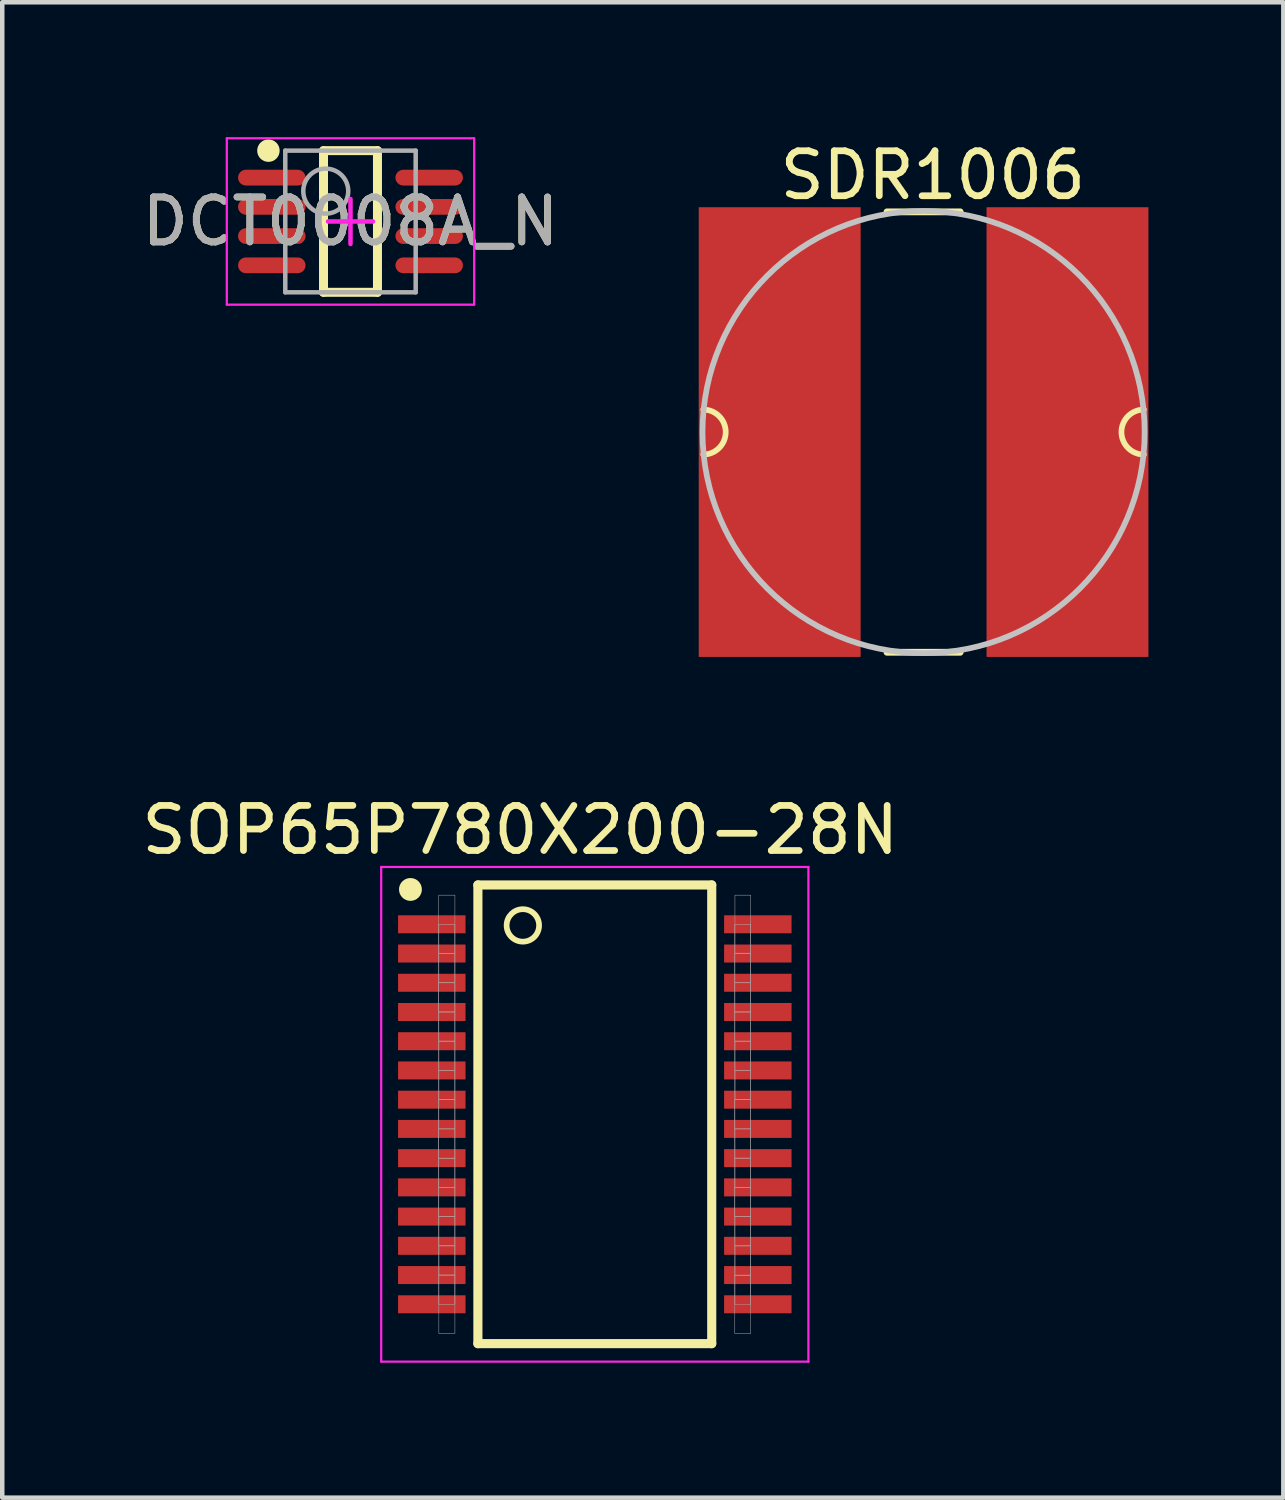
<source format=kicad_pcb>
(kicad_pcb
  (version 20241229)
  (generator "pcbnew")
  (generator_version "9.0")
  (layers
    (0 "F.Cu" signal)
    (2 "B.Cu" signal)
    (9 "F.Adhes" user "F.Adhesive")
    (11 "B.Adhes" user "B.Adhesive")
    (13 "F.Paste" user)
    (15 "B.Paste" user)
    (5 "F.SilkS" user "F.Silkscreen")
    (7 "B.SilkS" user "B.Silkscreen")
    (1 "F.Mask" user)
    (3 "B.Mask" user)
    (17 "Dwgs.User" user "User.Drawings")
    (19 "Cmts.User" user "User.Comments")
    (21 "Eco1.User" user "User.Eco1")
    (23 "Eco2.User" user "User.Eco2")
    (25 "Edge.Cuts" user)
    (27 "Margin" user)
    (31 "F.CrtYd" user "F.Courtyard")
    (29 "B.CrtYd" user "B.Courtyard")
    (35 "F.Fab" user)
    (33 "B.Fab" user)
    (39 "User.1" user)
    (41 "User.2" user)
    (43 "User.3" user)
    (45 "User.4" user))
  (footprint "SDR1006"
    (layer "F.Cu")
    (at 17.488 6.558)
    (property "Reference" "SDR1006" (at 0.205 -5.71 0) (layer "F.SilkS") (effects (font (size 1 1) (thickness 0.15))))
    (attr smd)
    (fp_line (start -0.813 4.897) (end 0.813 4.897) (stroke (width 0.152) (type solid)) (layer "F.SilkS"))
    (fp_line (start 0.813 -4.897) (end -0.813 -4.897) (stroke (width 0.152) (type solid)) (layer "F.SilkS"))
    (fp_arc (start -4.9 -0.5) (mid -4.4 0) (end -4.9 0.5) (stroke (width 0.127) (type solid)) (layer "F.SilkS"))
    (fp_arc (start 4.9 0.5) (mid 4.4 0) (end 4.9 -0.5) (stroke (width 0.127) (type solid)) (layer "F.SilkS"))
    (fp_circle (center 0 0) (end 4.916 0) (stroke (width 0.127) (type solid)) (fill no) (layer "Dwgs.User"))
    (pad "1" smd rect (at -3.2 0) (size 3.6 10) (layers "F.Cu" "F.Mask" "F.Paste"))
    (pad "2" smd rect (at 3.2 0) (size 3.6 10) (layers "F.Cu" "F.Mask" "F.Paste")))
  (footprint "SOP65P780X200-28N"
    (layer "F.Cu")
    (at 10.177 21.729)
    (property "Reference" "SOP65P780X200-28N" (at -1.658 -6.322 0) (layer "F.SilkS") (effects (font (size 1.002 1.002) (thickness 0.15))))
    (attr smd)
    (fp_line (start -2.6 -5.1) (end -2.6 5.1) (stroke (width 0.203) (type solid)) (layer "F.SilkS"))
    (fp_line (start -2.6 5.1) (end 2.6 5.1) (stroke (width 0.203) (type solid)) (layer "F.SilkS"))
    (fp_line (start 2.6 -5.1) (end -2.6 -5.1) (stroke (width 0.203) (type solid)) (layer "F.SilkS"))
    (fp_line (start 2.6 5.1) (end 2.6 -5.1) (stroke (width 0.203) (type solid)) (layer "F.SilkS"))
    (fp_circle (center -4.1 -5) (end -3.846 -5) (stroke (width 0) (type solid)) (fill yes) (layer "F.SilkS"))
    (fp_circle (center -1.6 -4.2) (end -1.239 -4.2) (stroke (width 0.127) (type solid)) (fill no) (layer "F.SilkS"))
    (fp_line (start -4.75 -5.5) (end 4.75 -5.5) (stroke (width 0.05) (type solid)) (layer "F.CrtYd"))
    (fp_line (start -4.75 5.5) (end -4.75 -5.5) (stroke (width 0.05) (type solid)) (layer "F.CrtYd"))
    (fp_line (start 4.75 -5.5) (end 4.75 5.5) (stroke (width 0.05) (type solid)) (layer "F.CrtYd"))
    (fp_line (start 4.75 5.5) (end -4.75 5.5) (stroke (width 0.05) (type solid)) (layer "F.CrtYd"))
    (fp_poly (pts (xy -3.471 -4.873) (xy -3.111 -4.873) (xy -3.111 -3.581) (xy -3.471 -3.581)) (stroke (width 0.01) (type solid)) (fill no) (layer "F.Fab"))
    (fp_poly (pts (xy -3.47 -2.923) (xy -3.111 -2.923) (xy -3.111 -1.629) (xy -3.47 -1.629)) (stroke (width 0.01) (type solid)) (fill no) (layer "F.Fab"))
    (fp_poly (pts (xy -3.47 -0.323) (xy -3.111 -0.323) (xy -3.111 0.974) (xy -3.47 0.974)) (stroke (width 0.01) (type solid)) (fill no) (layer "F.Fab"))
    (fp_poly (pts (xy -3.47 0.327) (xy -3.111 0.327) (xy -3.111 1.624) (xy -3.47 1.624)) (stroke (width 0.01) (type solid)) (fill no) (layer "F.Fab"))
    (fp_poly (pts (xy -3.47 -3.573) (xy -3.111 -3.573) (xy -3.111 -2.279) (xy -3.47 -2.279)) (stroke (width 0.01) (type solid)) (fill no) (layer "F.Fab"))
    (fp_poly (pts (xy -3.47 1.627) (xy -3.111 1.627) (xy -3.111 2.925) (xy -3.47 2.925)) (stroke (width 0.01) (type solid)) (fill no) (layer "F.Fab"))
    (fp_poly (pts (xy -3.469 0.977) (xy -3.111 0.977) (xy -3.111 2.274) (xy -3.469 2.274)) (stroke (width 0.01) (type solid)) (fill no) (layer "F.Fab"))
    (fp_poly (pts (xy -3.469 -1.623) (xy -3.111 -1.623) (xy -3.111 -0.328) (xy -3.469 -0.328)) (stroke (width 0.01) (type solid)) (fill no) (layer "F.Fab"))
    (fp_poly (pts (xy -3.468 3.577) (xy -3.111 3.577) (xy -3.111 4.875) (xy -3.468 4.875)) (stroke (width 0.01) (type solid)) (fill no) (layer "F.Fab"))
    (fp_poly (pts (xy -3.468 2.927) (xy -3.111 2.927) (xy -3.111 4.224) (xy -3.468 4.224)) (stroke (width 0.01) (type solid)) (fill no) (layer "F.Fab"))
    (fp_poly (pts (xy -3.468 -4.223) (xy -3.111 -4.223) (xy -3.111 -2.928) (xy -3.468 -2.928)) (stroke (width 0.01) (type solid)) (fill no) (layer "F.Fab"))
    (fp_poly (pts (xy -3.468 -2.273) (xy -3.111 -2.273) (xy -3.111 -0.978) (xy -3.468 -0.978)) (stroke (width 0.01) (type solid)) (fill no) (layer "F.Fab"))
    (fp_poly (pts (xy -3.468 -0.973) (xy -3.111 -0.973) (xy -3.111 0.323) (xy -3.468 0.323)) (stroke (width 0.01) (type solid)) (fill no) (layer "F.Fab"))
    (fp_poly (pts (xy -3.467 2.277) (xy -3.111 2.277) (xy -3.111 3.573) (xy -3.467 3.573)) (stroke (width 0.01) (type solid)) (fill no) (layer "F.Fab"))
    (fp_poly (pts (xy 3.112 -0.323) (xy 3.467 -0.323) (xy 3.467 0.973) (xy 3.112 0.973)) (stroke (width 0.01) (type solid)) (fill no) (layer "F.Fab"))
    (fp_poly (pts (xy 3.113 3.577) (xy 3.467 3.577) (xy 3.467 4.874) (xy 3.113 4.874)) (stroke (width 0.01) (type solid)) (fill no) (layer "F.Fab"))
    (fp_poly (pts (xy 3.113 0.977) (xy 3.467 0.977) (xy 3.467 2.274) (xy 3.113 2.274)) (stroke (width 0.01) (type solid)) (fill no) (layer "F.Fab"))
    (fp_poly (pts (xy 3.114 -3.573) (xy 3.467 -3.573) (xy 3.467 -2.279) (xy 3.114 -2.279)) (stroke (width 0.01) (type solid)) (fill no) (layer "F.Fab"))
    (fp_poly (pts (xy 3.114 -2.923) (xy 3.467 -2.923) (xy 3.467 -1.629) (xy 3.114 -1.629)) (stroke (width 0.01) (type solid)) (fill no) (layer "F.Fab"))
    (fp_poly (pts (xy 3.114 -2.273) (xy 3.467 -2.273) (xy 3.467 -0.978) (xy 3.114 -0.978)) (stroke (width 0.01) (type solid)) (fill no) (layer "F.Fab"))
    (fp_poly (pts (xy 3.114 -4.223) (xy 3.467 -4.223) (xy 3.467 -2.93) (xy 3.114 -2.93)) (stroke (width 0.01) (type solid)) (fill no) (layer "F.Fab"))
    (fp_poly (pts (xy 3.114 1.627) (xy 3.467 1.627) (xy 3.467 2.926) (xy 3.114 2.926)) (stroke (width 0.01) (type solid)) (fill no) (layer "F.Fab"))
    (fp_poly (pts (xy 3.115 -0.973) (xy 3.467 -0.973) (xy 3.467 0.323) (xy 3.115 0.323)) (stroke (width 0.01) (type solid)) (fill no) (layer "F.Fab"))
    (fp_poly (pts (xy 3.116 2.277) (xy 3.467 2.277) (xy 3.467 3.577) (xy 3.116 3.577)) (stroke (width 0.01) (type solid)) (fill no) (layer "F.Fab"))
    (fp_poly (pts (xy 3.116 2.927) (xy 3.467 2.927) (xy 3.467 4.229) (xy 3.116 4.229)) (stroke (width 0.01) (type solid)) (fill no) (layer "F.Fab"))
    (fp_poly (pts (xy 3.116 -4.873) (xy 3.467 -4.873) (xy 3.467 -3.583) (xy 3.116 -3.583)) (stroke (width 0.01) (type solid)) (fill no) (layer "F.Fab"))
    (fp_poly (pts (xy 3.117 -1.623) (xy 3.467 -1.623) (xy 3.467 -0.328) (xy 3.117 -0.328)) (stroke (width 0.01) (type solid)) (fill no) (layer "F.Fab"))
    (fp_poly (pts (xy 3.117 0.327) (xy 3.467 0.327) (xy 3.467 1.626) (xy 3.117 1.626)) (stroke (width 0.01) (type solid)) (fill no) (layer "F.Fab"))
    (pad "1" smd rect (at -3.625 -4.225) (size 1.5 0.4) (layers "F.Cu" "F.Mask" "F.Paste"))
    (pad "2" smd rect (at -3.625 -3.575) (size 1.5 0.4) (layers "F.Cu" "F.Mask" "F.Paste"))
    (pad "3" smd rect (at -3.625 -2.925) (size 1.5 0.4) (layers "F.Cu" "F.Mask" "F.Paste"))
    (pad "4" smd rect (at -3.625 -2.275) (size 1.5 0.4) (layers "F.Cu" "F.Mask" "F.Paste"))
    (pad "5" smd rect (at -3.625 -1.625) (size 1.5 0.4) (layers "F.Cu" "F.Mask" "F.Paste"))
    (pad "6" smd rect (at -3.625 -0.975) (size 1.5 0.4) (layers "F.Cu" "F.Mask" "F.Paste"))
    (pad "7" smd rect (at -3.625 -0.325) (size 1.5 0.4) (layers "F.Cu" "F.Mask" "F.Paste"))
    (pad "8" smd rect (at -3.625 0.325) (size 1.5 0.4) (layers "F.Cu" "F.Mask" "F.Paste"))
    (pad "9" smd rect (at -3.625 0.975) (size 1.5 0.4) (layers "F.Cu" "F.Mask" "F.Paste"))
    (pad "10" smd rect (at -3.625 1.625) (size 1.5 0.4) (layers "F.Cu" "F.Mask" "F.Paste"))
    (pad "11" smd rect (at -3.625 2.275) (size 1.5 0.4) (layers "F.Cu" "F.Mask" "F.Paste"))
    (pad "12" smd rect (at -3.625 2.925) (size 1.5 0.4) (layers "F.Cu" "F.Mask" "F.Paste"))
    (pad "13" smd rect (at -3.625 3.575) (size 1.5 0.4) (layers "F.Cu" "F.Mask" "F.Paste"))
    (pad "14" smd rect (at -3.625 4.225) (size 1.5 0.4) (layers "F.Cu" "F.Mask" "F.Paste"))
    (pad "15" smd rect (at 3.625 4.225) (size 1.5 0.4) (layers "F.Cu" "F.Mask" "F.Paste"))
    (pad "16" smd rect (at 3.625 3.575) (size 1.5 0.4) (layers "F.Cu" "F.Mask" "F.Paste"))
    (pad "17" smd rect (at 3.625 2.925) (size 1.5 0.4) (layers "F.Cu" "F.Mask" "F.Paste"))
    (pad "18" smd rect (at 3.625 2.275) (size 1.5 0.4) (layers "F.Cu" "F.Mask" "F.Paste"))
    (pad "19" smd rect (at 3.625 1.625) (size 1.5 0.4) (layers "F.Cu" "F.Mask" "F.Paste"))
    (pad "20" smd rect (at 3.625 0.975) (size 1.5 0.4) (layers "F.Cu" "F.Mask" "F.Paste"))
    (pad "21" smd rect (at 3.625 0.325) (size 1.5 0.4) (layers "F.Cu" "F.Mask" "F.Paste"))
    (pad "22" smd rect (at 3.625 -0.325) (size 1.5 0.4) (layers "F.Cu" "F.Mask" "F.Paste"))
    (pad "23" smd rect (at 3.625 -0.975) (size 1.5 0.4) (layers "F.Cu" "F.Mask" "F.Paste"))
    (pad "24" smd rect (at 3.625 -1.625) (size 1.5 0.4) (layers "F.Cu" "F.Mask" "F.Paste"))
    (pad "25" smd rect (at 3.625 -2.275) (size 1.5 0.4) (layers "F.Cu" "F.Mask" "F.Paste"))
    (pad "26" smd rect (at 3.625 -2.925) (size 1.5 0.4) (layers "F.Cu" "F.Mask" "F.Paste"))
    (pad "27" smd rect (at 3.625 -3.575) (size 1.5 0.4) (layers "F.Cu" "F.Mask" "F.Paste"))
    (pad "28" smd rect (at 3.625 -4.225) (size 1.5 0.4) (layers "F.Cu" "F.Mask" "F.Paste")))
  (footprint "DCT0008A_N"
    (layer "F.Cu")
    (at 4.744 1.875)
    (property "Reference" "DCT0008A_N" (at 0 0 0) (unlocked yes) (layer "F.SilkS") (effects (font (size 1 1) (thickness 0.15))))
    (attr smd)
    (fp_line (start -0.6 -1.575) (end 0.6 -1.575) (stroke (width 0.2) (type solid)) (layer "F.SilkS"))
    (fp_line (start -0.6 1.575) (end -0.6 -1.575) (stroke (width 0.2) (type solid)) (layer "F.SilkS"))
    (fp_line (start -0.6 1.575) (end 0.6 1.575) (stroke (width 0.2) (type solid)) (layer "F.SilkS"))
    (fp_line (start 0.6 1.575) (end 0.6 -1.575) (stroke (width 0.2) (type solid)) (layer "F.SilkS"))
    (fp_circle (center -1.825 -1.575) (end -1.7 -1.575) (stroke (width 0.25) (type solid)) (fill no) (layer "F.SilkS"))
    (fp_line (start -2.75 -1.85) (end 2.75 -1.85) (stroke (width 0.05) (type solid)) (layer "F.CrtYd"))
    (fp_line (start -2.75 1.85) (end -2.75 -1.85) (stroke (width 0.05) (type solid)) (layer "F.CrtYd"))
    (fp_line (start -2.75 1.85) (end 2.75 1.85) (stroke (width 0.05) (type solid)) (layer "F.CrtYd"))
    (fp_line (start -0.5 -0.000003) (end 0.5 -0.000003) (stroke (width 0.1) (type solid)) (layer "F.CrtYd"))
    (fp_line (start 0 0.5) (end 0 -0.5) (stroke (width 0.1) (type solid)) (layer "F.CrtYd"))
    (fp_line (start 2.75 1.85) (end 2.75 -1.85) (stroke (width 0.05) (type solid)) (layer "F.CrtYd"))
    (fp_line (start -1.45 -1.575) (end 1.45 -1.575) (stroke (width 0.1) (type solid)) (layer "F.Fab"))
    (fp_line (start -1.45 1.575) (end -1.45 -1.575) (stroke (width 0.1) (type solid)) (layer "F.Fab"))
    (fp_line (start -1.45 1.575) (end 1.45 1.575) (stroke (width 0.1) (type solid)) (layer "F.Fab"))
    (fp_line (start 1.45 1.575) (end 1.45 -1.575) (stroke (width 0.1) (type solid)) (layer "F.Fab"))
    (fp_circle (center -0.55 -0.675) (end -0.05 -0.675) (stroke (width 0.1) (type solid)) (fill no) (layer "F.Fab"))
    (fp_text user "${REFERENCE}" (at 0 0 0) (unlocked yes) (layer "F.Fab") (effects (font (size 1 1) (thickness 0.15))))
    (pad "1" smd oval (at -1.75 -0.975 90) (size 0.35 1.5) (layers "F.Cu" "F.Mask" "F.Paste"))
    (pad "2" smd oval (at -1.75 -0.325 90) (size 0.35 1.5) (layers "F.Cu" "F.Mask" "F.Paste"))
    (pad "3" smd oval (at -1.75 0.325 90) (size 0.35 1.5) (layers "F.Cu" "F.Mask" "F.Paste"))
    (pad "4" smd oval (at -1.75 0.975 90) (size 0.35 1.5) (layers "F.Cu" "F.Mask" "F.Paste"))
    (pad "5" smd oval (at 1.75 0.975 90) (size 0.35 1.5) (layers "F.Cu" "F.Mask" "F.Paste"))
    (pad "6" smd oval (at 1.75 0.325 90) (size 0.35 1.5) (layers "F.Cu" "F.Mask" "F.Paste"))
    (pad "7" smd oval (at 1.75 -0.325 90) (size 0.35 1.5) (layers "F.Cu" "F.Mask" "F.Paste"))
    (pad "8" smd oval (at 1.75 -0.975 90) (size 0.35 1.5) (layers "F.Cu" "F.Mask" "F.Paste")))
  (gr_rect
    (start -3 -3)
    (end 25.488 30.254)
    (stroke (width 0.1) (type default))
    (fill no)
    (layer "Edge.Cuts")))
</source>
